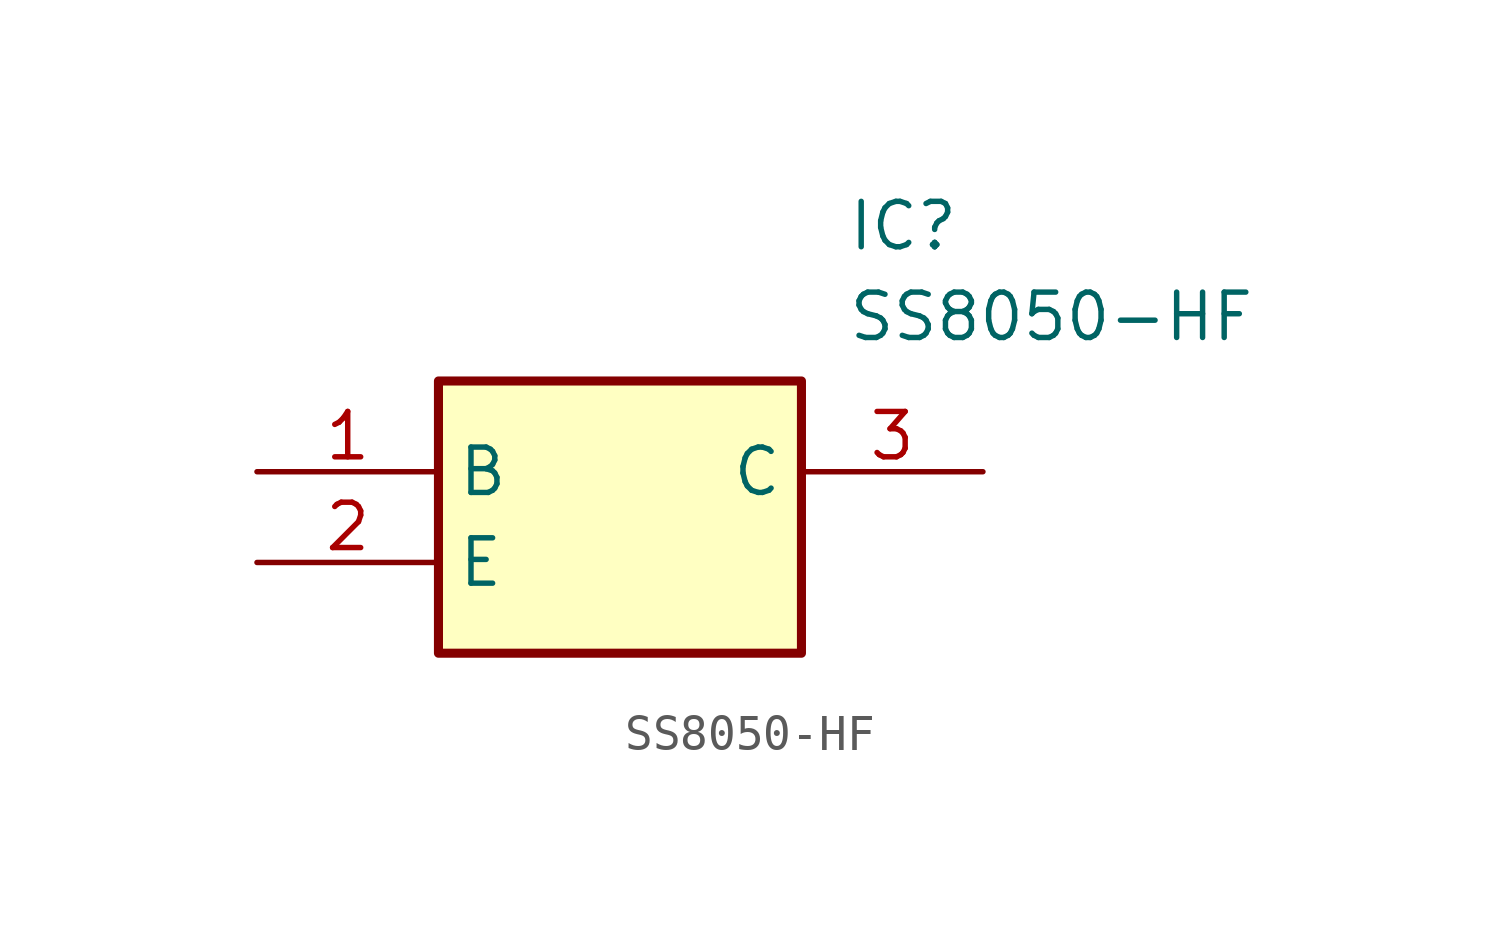
<source format=kicad_sym>
(kicad_symbol_lib
  (version 20211014)
  (generator SamacSys_ECAD_Model)
  (symbol "SS8050-HF"
    (property "Reference" "IC"
      (at 16.51 7.62 0)
      (effects (font (size 1.27 1.27)) (justify left top)))
    (property "Value" "SS8050-HF"
      (at 16.51 5.08 0)
      (effects (font (size 1.27 1.27)) (justify left top)))
    (rectangle
      (start 5.08 2.54)
      (end 15.24 -5.08)
      (stroke (width 0.254) (type default))
      (fill (type background)))
    (pin passive line
      (at 0 0 0)
      (length 5.08)
      (name "B" (effects (font (size 1.27 1.27))))
      (number "1" (effects (font (size 1.27 1.27)))))
    (pin passive line
      (at 0 -2.54 0)
      (length 5.08)
      (name "E" (effects (font (size 1.27 1.27))))
      (number "2" (effects (font (size 1.27 1.27)))))
    (pin passive line
      (at 20.32 0 180)
      (length 5.08)
      (name "C" (effects (font (size 1.27 1.27))))
      (number "3" (effects (font (size 1.27 1.27)))))))
</source>
